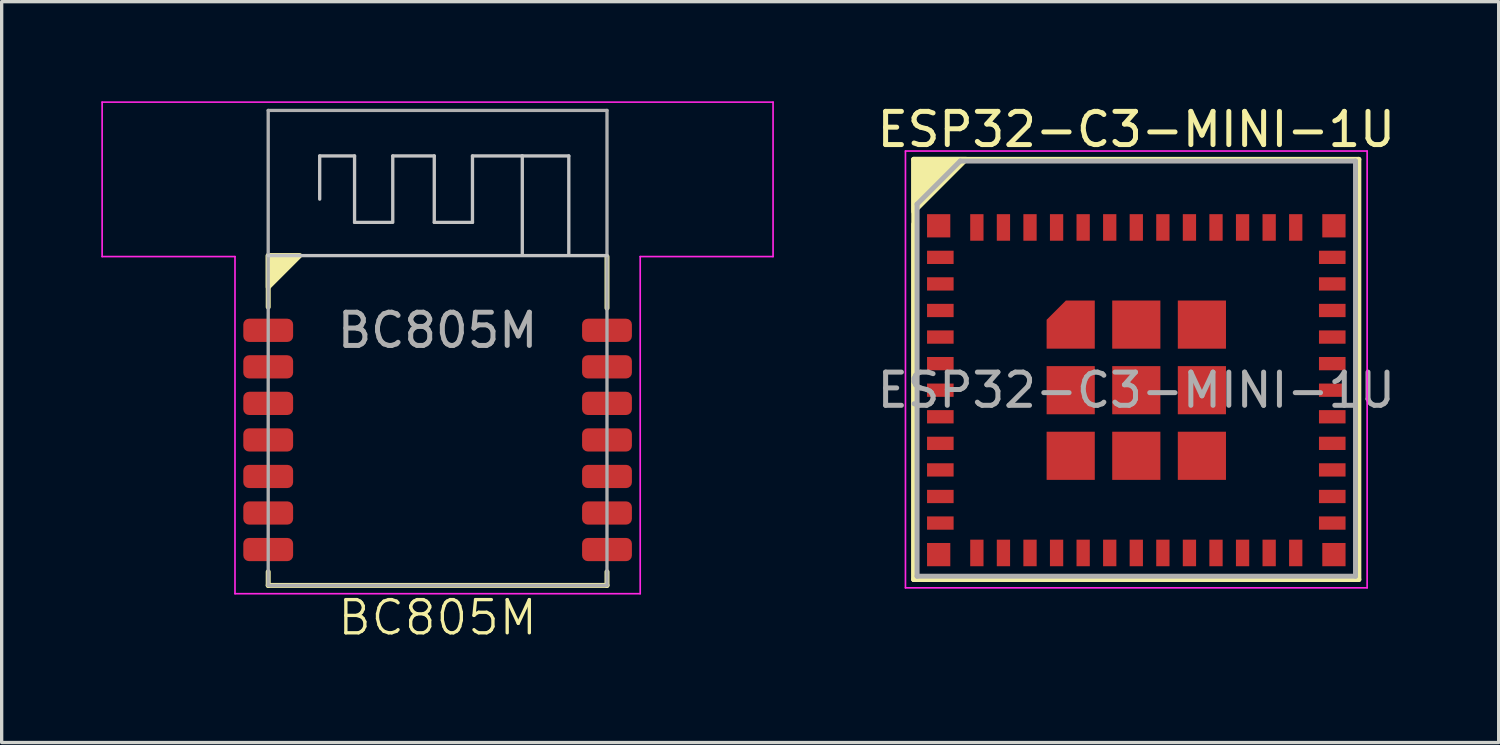
<source format=kicad_pcb>
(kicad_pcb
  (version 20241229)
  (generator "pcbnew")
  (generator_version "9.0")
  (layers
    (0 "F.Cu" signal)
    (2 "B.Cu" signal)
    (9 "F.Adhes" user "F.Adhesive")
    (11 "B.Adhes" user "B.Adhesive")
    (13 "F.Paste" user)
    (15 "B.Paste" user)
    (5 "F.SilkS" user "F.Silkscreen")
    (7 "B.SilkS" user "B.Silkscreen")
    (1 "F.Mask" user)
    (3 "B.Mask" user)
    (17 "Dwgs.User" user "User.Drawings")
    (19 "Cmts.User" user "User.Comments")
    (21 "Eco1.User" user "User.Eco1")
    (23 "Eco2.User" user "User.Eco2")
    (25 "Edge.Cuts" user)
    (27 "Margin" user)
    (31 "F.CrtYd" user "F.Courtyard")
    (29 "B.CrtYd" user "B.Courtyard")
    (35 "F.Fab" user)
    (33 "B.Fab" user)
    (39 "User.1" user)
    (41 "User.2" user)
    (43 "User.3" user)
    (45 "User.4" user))
  (footprint "ESP32-C3-MINI-1U"
    (layer "F.Cu")
    (at 31.161 8.698)
    (property "Reference" "ESP32-C3-MINI-1U" (at 0 -7.85 0) (layer "F.SilkS") (effects (font (size 1 1) (thickness 0.15))))
    (attr smd)
    (fp_line (start -6.7 5.7) (end -6.7 -6.95) (stroke (width 0.15) (type default)) (layer "F.SilkS"))
    (fp_line (start -6.7 5.7) (end -6.7 -5) (stroke (width 0.15) (type default)) (layer "F.SilkS"))
    (fp_line (start 6.7 -6.95) (end -6.7 -6.95) (stroke (width 0.15) (type default)) (layer "F.SilkS"))
    (fp_line (start 6.7 5.7) (end -6.7 5.7) (stroke (width 0.15) (type default)) (layer "F.SilkS"))
    (fp_line (start 6.7 5.7) (end 6.7 -6.95) (stroke (width 0.15) (type default)) (layer "F.SilkS"))
    (fp_poly (pts (xy -6.7 -6.95) (xy -6.7 -5.375) (xy -5.125 -6.95)) (stroke (width 0.15) (type solid)) (fill yes) (layer "F.SilkS"))
    (fp_line (start -6.95 -7.2) (end -6.95 5.95) (stroke (width 0.05) (type default)) (layer "F.CrtYd"))
    (fp_line (start 6.95 -7.2) (end -6.95 -7.2) (stroke (width 0.05) (type default)) (layer "F.CrtYd"))
    (fp_line (start 6.95 -7.2) (end 6.95 5.95) (stroke (width 0.05) (type default)) (layer "F.CrtYd"))
    (fp_line (start 6.95 5.95) (end -6.95 5.95) (stroke (width 0.05) (type default)) (layer "F.CrtYd"))
    (fp_line (start -6.6 -5.6) (end -6.6 5.6) (stroke (width 0.15) (type default)) (layer "F.Fab"))
    (fp_line (start -6.6 -5.6) (end -5.3 -6.9) (stroke (width 0.15) (type solid)) (layer "F.Fab"))
    (fp_line (start -6.6 5.6) (end 6.6 5.6) (stroke (width 0.15) (type default)) (layer "F.Fab"))
    (fp_line (start 6.6 -6.9) (end -5.3 -6.9) (stroke (width 0.15) (type default)) (layer "F.Fab"))
    (fp_line (start 6.6 5.6) (end 6.6 -6.9) (stroke (width 0.15) (type default)) (layer "F.Fab"))
    (fp_text user "${REFERENCE}" (at 0 0 0) (unlocked yes) (layer "F.Fab") (effects (font (size 1 1) (thickness 0.15))))
    (pad "1" smd rect (at -5.9 -4 90) (size 0.4 0.8) (layers "F.Cu" "F.Mask" "F.Paste"))
    (pad "2" smd rect (at -5.9 -3.2 90) (size 0.4 0.8) (layers "F.Cu" "F.Mask" "F.Paste"))
    (pad "3" smd rect (at -5.9 -2.4 90) (size 0.4 0.8) (layers "F.Cu" "F.Mask" "F.Paste"))
    (pad "4" smd rect (at -5.9 -1.6 90) (size 0.4 0.8) (layers "F.Cu" "F.Mask" "F.Paste"))
    (pad "5" smd rect (at -5.9 -0.8 90) (size 0.4 0.8) (layers "F.Cu" "F.Mask" "F.Paste"))
    (pad "6" smd rect (at -5.9 0 90) (size 0.4 0.8) (layers "F.Cu" "F.Mask" "F.Paste"))
    (pad "7" smd rect (at -5.9 0.8 90) (size 0.4 0.8) (layers "F.Cu" "F.Mask" "F.Paste"))
    (pad "8" smd rect (at -5.9 1.6 90) (size 0.4 0.8) (layers "F.Cu" "F.Mask" "F.Paste"))
    (pad "9" smd rect (at -5.9 2.4 90) (size 0.4 0.8) (layers "F.Cu" "F.Mask" "F.Paste"))
    (pad "10" smd rect (at -5.9 3.2 90) (size 0.4 0.8) (layers "F.Cu" "F.Mask" "F.Paste"))
    (pad "11" smd rect (at -5.9 4 90) (size 0.4 0.8) (layers "F.Cu" "F.Mask" "F.Paste"))
    (pad "12" smd rect (at -4.8 4.9) (size 0.4 0.8) (layers "F.Cu" "F.Mask" "F.Paste"))
    (pad "13" smd rect (at -4 4.9) (size 0.4 0.8) (layers "F.Cu" "F.Mask" "F.Paste"))
    (pad "14" smd rect (at -3.2 4.9) (size 0.4 0.8) (layers "F.Cu" "F.Mask" "F.Paste"))
    (pad "15" smd rect (at -2.4 4.9) (size 0.4 0.8) (layers "F.Cu" "F.Mask" "F.Paste"))
    (pad "16" smd rect (at -1.6 4.9) (size 0.4 0.8) (layers "F.Cu" "F.Mask" "F.Paste"))
    (pad "17" smd rect (at -0.8 4.9) (size 0.4 0.8) (layers "F.Cu" "F.Mask" "F.Paste"))
    (pad "18" smd rect (at 0 4.9) (size 0.4 0.8) (layers "F.Cu" "F.Mask" "F.Paste"))
    (pad "19" smd rect (at 0.8 4.9) (size 0.4 0.8) (layers "F.Cu" "F.Mask" "F.Paste"))
    (pad "20" smd rect (at 1.6 4.9) (size 0.4 0.8) (layers "F.Cu" "F.Mask" "F.Paste"))
    (pad "21" smd rect (at 2.4 4.9) (size 0.4 0.8) (layers "F.Cu" "F.Mask" "F.Paste"))
    (pad "22" smd rect (at 3.2 4.9) (size 0.4 0.8) (layers "F.Cu" "F.Mask" "F.Paste"))
    (pad "23" smd rect (at 4 4.9) (size 0.4 0.8) (layers "F.Cu" "F.Mask" "F.Paste"))
    (pad "24" smd rect (at 4.8 4.9) (size 0.4 0.8) (layers "F.Cu" "F.Mask" "F.Paste"))
    (pad "25" smd rect (at 5.9 4 90) (size 0.4 0.8) (layers "F.Cu" "F.Mask" "F.Paste"))
    (pad "26" smd rect (at 5.9 3.2 90) (size 0.4 0.8) (layers "F.Cu" "F.Mask" "F.Paste"))
    (pad "27" smd rect (at 5.9 2.4 90) (size 0.4 0.8) (layers "F.Cu" "F.Mask" "F.Paste"))
    (pad "28" smd rect (at 5.9 1.6 90) (size 0.4 0.8) (layers "F.Cu" "F.Mask" "F.Paste"))
    (pad "29" smd rect (at 5.9 0.8 90) (size 0.4 0.8) (layers "F.Cu" "F.Mask" "F.Paste"))
    (pad "30" smd rect (at 5.9 0 90) (size 0.4 0.8) (layers "F.Cu" "F.Mask" "F.Paste"))
    (pad "31" smd rect (at 5.9 -0.8 90) (size 0.4 0.8) (layers "F.Cu" "F.Mask" "F.Paste"))
    (pad "32" smd rect (at 5.9 -1.6 90) (size 0.4 0.8) (layers "F.Cu" "F.Mask" "F.Paste"))
    (pad "33" smd rect (at 5.9 -2.4 90) (size 0.4 0.8) (layers "F.Cu" "F.Mask" "F.Paste"))
    (pad "34" smd rect (at 5.9 -3.2 90) (size 0.4 0.8) (layers "F.Cu" "F.Mask" "F.Paste"))
    (pad "35" smd rect (at 5.9 -4 90) (size 0.4 0.8) (layers "F.Cu" "F.Mask" "F.Paste"))
    (pad "36" smd rect (at 4.8 -4.9) (size 0.4 0.8) (layers "F.Cu" "F.Mask" "F.Paste"))
    (pad "37" smd rect (at 4 -4.9) (size 0.4 0.8) (layers "F.Cu" "F.Mask" "F.Paste"))
    (pad "38" smd rect (at 3.2 -4.9) (size 0.4 0.8) (layers "F.Cu" "F.Mask" "F.Paste"))
    (pad "39" smd rect (at 2.4 -4.9) (size 0.4 0.8) (layers "F.Cu" "F.Mask" "F.Paste"))
    (pad "40" smd rect (at 1.6 -4.9) (size 0.4 0.8) (layers "F.Cu" "F.Mask" "F.Paste"))
    (pad "41" smd rect (at 0.8 -4.9) (size 0.4 0.8) (layers "F.Cu" "F.Mask" "F.Paste"))
    (pad "42" smd rect (at 0 -4.9) (size 0.4 0.8) (layers "F.Cu" "F.Mask" "F.Paste"))
    (pad "43" smd rect (at -0.8 -4.9) (size 0.4 0.8) (layers "F.Cu" "F.Mask" "F.Paste"))
    (pad "44" smd rect (at -1.6 -4.9) (size 0.4 0.8) (layers "F.Cu" "F.Mask" "F.Paste"))
    (pad "45" smd rect (at -2.4 -4.9) (size 0.4 0.8) (layers "F.Cu" "F.Mask" "F.Paste"))
    (pad "46" smd rect (at -3.2 -4.9) (size 0.4 0.8) (layers "F.Cu" "F.Mask" "F.Paste"))
    (pad "47" smd rect (at -4 -4.9) (size 0.4 0.8) (layers "F.Cu" "F.Mask" "F.Paste"))
    (pad "48" smd rect (at -4.8 -4.9) (size 0.4 0.8) (layers "F.Cu" "F.Mask" "F.Paste"))
    (pad "49" smd rect (at -5.95 -4.95 90) (size 0.7 0.7) (layers "F.Cu" "F.Mask" "F.Paste"))
    (pad "49" smd rect (at -5.95 4.95 90) (size 0.7 0.7) (layers "F.Cu" "F.Mask" "F.Paste"))
    (pad "49" smd roundrect (at -1.975 -1.975) (size 1.45 1.45) (layers "F.Cu" "F.Mask" "F.Paste") (roundrect_rratio 0) (chamfer_ratio 0.4) (chamfer top_left))
    (pad "49" smd rect (at -1.975 0) (size 1.45 1.45) (layers "F.Cu" "F.Mask" "F.Paste"))
    (pad "49" smd rect (at -1.975 1.975) (size 1.45 1.45) (layers "F.Cu" "F.Mask" "F.Paste"))
    (pad "49" smd rect (at 0 -1.975) (size 1.45 1.45) (layers "F.Cu" "F.Mask" "F.Paste"))
    (pad "49" smd rect (at 0 0) (size 1.45 1.45) (layers "F.Cu" "F.Mask" "F.Paste"))
    (pad "49" smd rect (at 0 1.975) (size 1.45 1.45) (layers "F.Cu" "F.Mask" "F.Paste"))
    (pad "49" smd rect (at 1.975 -1.975) (size 1.45 1.45) (layers "F.Cu" "F.Mask" "F.Paste"))
    (pad "49" smd rect (at 1.975 0) (size 1.45 1.45) (layers "F.Cu" "F.Mask" "F.Paste"))
    (pad "49" smd rect (at 1.975 1.975) (size 1.45 1.45) (layers "F.Cu" "F.Mask" "F.Paste"))
    (pad "49" smd rect (at 5.95 -4.95 90) (size 0.7 0.7) (layers "F.Cu" "F.Mask" "F.Paste"))
    (pad "49" smd rect (at 5.95 4.95 90) (size 0.7 0.7) (layers "F.Cu" "F.Mask" "F.Paste")))
  (footprint "BC805M"
    (layer "F.Cu")
    (at 10.125 6.895)
    (property "Reference" "BC805M" (at 0 8.65 0) (unlocked yes) (layer "F.SilkS") (effects (font (size 1 1) (thickness 0.1))))
    (attr smd)
    (fp_line (start -5.1 -0.7) (end -5.1 -2.25) (stroke (width 0.15) (type solid)) (layer "F.SilkS"))
    (fp_line (start -5.1 7.68) (end -5.1 7.27) (stroke (width 0.15) (type solid)) (layer "F.SilkS"))
    (fp_line (start -5.1 7.68) (end 5.1 7.68) (stroke (width 0.15) (type solid)) (layer "F.SilkS"))
    (fp_line (start 5.1 -2.22) (end 5.1 -0.67) (stroke (width 0.15) (type solid)) (layer "F.SilkS"))
    (fp_line (start 5.1 7.68) (end 5.1 7.27) (stroke (width 0.15) (type solid)) (layer "F.SilkS"))
    (fp_poly (pts (xy -5.1 -2.25) (xy -5.1 -1.3) (xy -4.15 -2.25)) (stroke (width 0.15) (type solid)) (fill yes) (layer "F.SilkS"))
    (fp_line (start -3.55 -5.25) (end -3.55 -3.95) (stroke (width 0.1) (type default)) (layer "Dwgs.User"))
    (fp_line (start -2.5 -5.25) (end -3.55 -5.25) (stroke (width 0.1) (type default)) (layer "Dwgs.User"))
    (fp_line (start -2.5 -3.25) (end -2.5 -5.25) (stroke (width 0.1) (type default)) (layer "Dwgs.User"))
    (fp_line (start -1.4 -3.25) (end -2.5 -3.25) (stroke (width 0.1) (type default)) (layer "Dwgs.User"))
    (fp_line (start -1.35 -5.25) (end -1.35 -3.25) (stroke (width 0.1) (type default)) (layer "Dwgs.User"))
    (fp_line (start -0.1 -5.25) (end -1.35 -5.25) (stroke (width 0.1) (type default)) (layer "Dwgs.User"))
    (fp_line (start -0.1 -3.25) (end -0.1 -5.25) (stroke (width 0.1) (type default)) (layer "Dwgs.User"))
    (fp_line (start 1.05 -5.25) (end 1.05 -3.25) (stroke (width 0.1) (type default)) (layer "Dwgs.User"))
    (fp_line (start 1.05 -3.25) (end -0.1 -3.25) (stroke (width 0.1) (type default)) (layer "Dwgs.User"))
    (fp_line (start 2.55 -5.25) (end 1.05 -5.25) (stroke (width 0.1) (type default)) (layer "Dwgs.User"))
    (fp_line (start 2.55 -5.25) (end 3.95 -5.25) (stroke (width 0.1) (type default)) (layer "Dwgs.User"))
    (fp_line (start 2.55 -2.3) (end 2.55 -5.25) (stroke (width 0.1) (type default)) (layer "Dwgs.User"))
    (fp_line (start 3.95 -5.25) (end 3.95 -2.3) (stroke (width 0.1) (type default)) (layer "Dwgs.User"))
    (fp_line (start 5.1 -2.25) (end -5.1 -2.25) (stroke (width 0.1) (type default)) (layer "Dwgs.User"))
    (fp_line (start -10.1 -2.22) (end -10.1 -6.87) (stroke (width 0.05) (type solid)) (layer "F.CrtYd"))
    (fp_line (start -6.1 -2.22) (end -10.1 -2.22) (stroke (width 0.05) (type solid)) (layer "F.CrtYd"))
    (fp_line (start -6.1 -2.22) (end -6.1 7.93) (stroke (width 0.05) (type solid)) (layer "F.CrtYd"))
    (fp_line (start -6.1 7.93) (end 6.1 7.93) (stroke (width 0.05) (type solid)) (layer "F.CrtYd"))
    (fp_line (start 6.1 -2.22) (end 10.1 -2.22) (stroke (width 0.05) (type solid)) (layer "F.CrtYd"))
    (fp_line (start 6.1 7.93) (end 6.1 -2.22) (stroke (width 0.05) (type solid)) (layer "F.CrtYd"))
    (fp_line (start 10.1 -6.87) (end -10.1 -6.87) (stroke (width 0.05) (type solid)) (layer "F.CrtYd"))
    (fp_line (start 10.1 -2.22) (end 10.1 -6.87) (stroke (width 0.05) (type solid)) (layer "F.CrtYd"))
    (fp_line (start -5.1 -6.62) (end -5.1 -2.22) (stroke (width 0.1) (type solid)) (layer "F.Fab"))
    (fp_line (start -5.1 -2.22) (end -5.1 7.68) (stroke (width 0.1) (type solid)) (layer "F.Fab"))
    (fp_line (start -5.1 7.68) (end 5.1 7.68) (stroke (width 0.1) (type solid)) (layer "F.Fab"))
    (fp_line (start 5.1 -6.62) (end -5.1 -6.62) (stroke (width 0.1) (type solid)) (layer "F.Fab"))
    (fp_line (start 5.1 7.68) (end 5.1 -6.62) (stroke (width 0.1) (type solid)) (layer "F.Fab"))
    (fp_text user "${REFERENCE}" (at 0 0 0) (unlocked yes) (layer "F.Fab") (effects (font (size 1 1) (thickness 0.15))))
    (pad "1" smd roundrect (at -5.1 0) (size 1.5 0.7) (layers "F.Cu" "F.Mask" "F.Paste") (roundrect_rratio 0.25))
    (pad "2" smd roundrect (at -5.1 1.1) (size 1.5 0.7) (layers "F.Cu" "F.Mask" "F.Paste") (roundrect_rratio 0.25))
    (pad "3" smd roundrect (at -5.1 2.2) (size 1.5 0.7) (layers "F.Cu" "F.Mask" "F.Paste") (roundrect_rratio 0.25))
    (pad "4" smd roundrect (at -5.1 3.3) (size 1.5 0.7) (layers "F.Cu" "F.Mask" "F.Paste") (roundrect_rratio 0.25))
    (pad "5" smd roundrect (at -5.1 4.4) (size 1.5 0.7) (layers "F.Cu" "F.Mask" "F.Paste") (roundrect_rratio 0.25))
    (pad "6" smd roundrect (at -5.1 5.5) (size 1.5 0.7) (layers "F.Cu" "F.Mask" "F.Paste") (roundrect_rratio 0.25))
    (pad "7" smd roundrect (at -5.1 6.6) (size 1.5 0.7) (layers "F.Cu" "F.Mask" "F.Paste") (roundrect_rratio 0.25))
    (pad "8" smd roundrect (at 5.1 6.6) (size 1.5 0.7) (layers "F.Cu" "F.Mask" "F.Paste") (roundrect_rratio 0.25))
    (pad "9" smd roundrect (at 5.1 5.5) (size 1.5 0.7) (layers "F.Cu" "F.Mask" "F.Paste") (roundrect_rratio 0.25))
    (pad "10" smd roundrect (at 5.1 4.4) (size 1.5 0.7) (layers "F.Cu" "F.Mask" "F.Paste") (roundrect_rratio 0.25))
    (pad "11" smd roundrect (at 5.1 3.3) (size 1.5 0.7) (layers "F.Cu" "F.Mask" "F.Paste") (roundrect_rratio 0.25))
    (pad "12" smd roundrect (at 5.1 2.2) (size 1.5 0.7) (layers "F.Cu" "F.Mask" "F.Paste") (roundrect_rratio 0.25))
    (pad "13" smd roundrect (at 5.1 1.1) (size 1.5 0.7) (layers "F.Cu" "F.Mask" "F.Paste") (roundrect_rratio 0.25))
    (pad "14" smd roundrect (at 5.1 0) (size 1.5 0.7) (layers "F.Cu" "F.Mask" "F.Paste") (roundrect_rratio 0.25)))
  (gr_rect
    (start -3 -3)
    (end 42.071 19.305)
    (stroke (width 0.1) (type default))
    (fill no)
    (layer "Edge.Cuts")))
</source>
